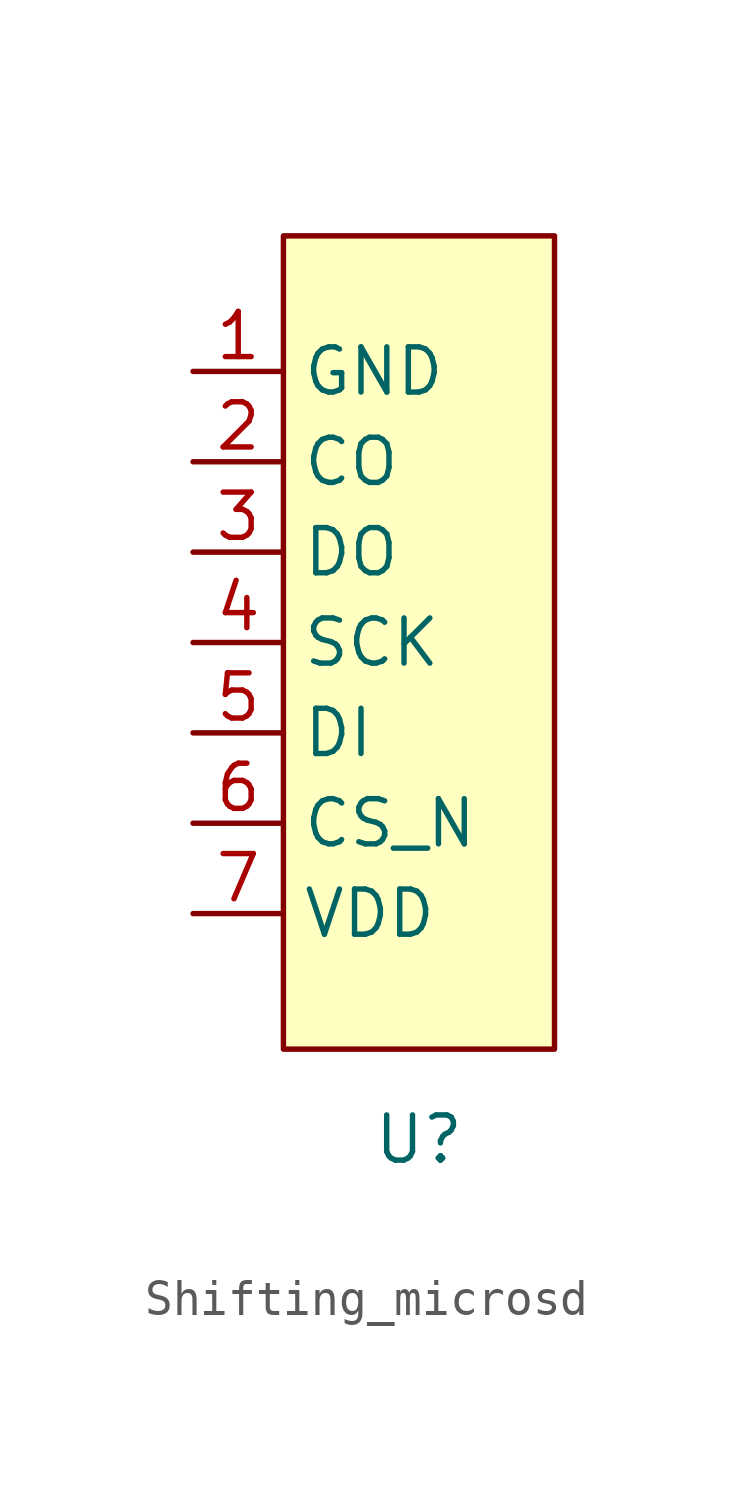
<source format=kicad_sym>
(kicad_symbol_lib
  (version 20220914)
  (generator kicad_symbol_editor)
  (symbol "Shifting_microsd"
    (property "Reference" "U"
      (at 0 0 0)
      (effects (font (size 1.27 1.27))))
    (property "Value" ""
      (at 0 0 0)
      (effects (font (size 1.27 1.27))))
    (symbol "Shifting_microsd_1_1"
      (rectangle (start -3.81 25.4) (end 3.81 2.54) (stroke (width 0) (type default)) (fill (type background)))
      (pin passive line (at -6.35 21.59 0) (length 2.54) (name "GND" (effects (font (size 1.27 1.27)))) (number "1" (effects (font (size 1.27 1.27)))))
      (pin passive line (at -6.35 19.05 0) (length 2.54) (name "CO" (effects (font (size 1.27 1.27)))) (number "2" (effects (font (size 1.27 1.27)))))
      (pin passive line (at -6.35 16.51 0) (length 2.54) (name "DO" (effects (font (size 1.27 1.27)))) (number "3" (effects (font (size 1.27 1.27)))))
      (pin passive line (at -6.35 13.97 0) (length 2.54) (name "SCK" (effects (font (size 1.27 1.27)))) (number "4" (effects (font (size 1.27 1.27)))))
      (pin passive line (at -6.35 11.43 0) (length 2.54) (name "DI" (effects (font (size 1.27 1.27)))) (number "5" (effects (font (size 1.27 1.27)))))
      (pin passive line (at -6.35 8.89 0) (length 2.54) (name "CS_N" (effects (font (size 1.27 1.27)))) (number "6" (effects (font (size 1.27 1.27)))))
      (pin passive line (at -6.35 6.35 0) (length 2.54) (name "VDD" (effects (font (size 1.27 1.27)))) (number "7" (effects (font (size 1.27 1.27))))))))
</source>
